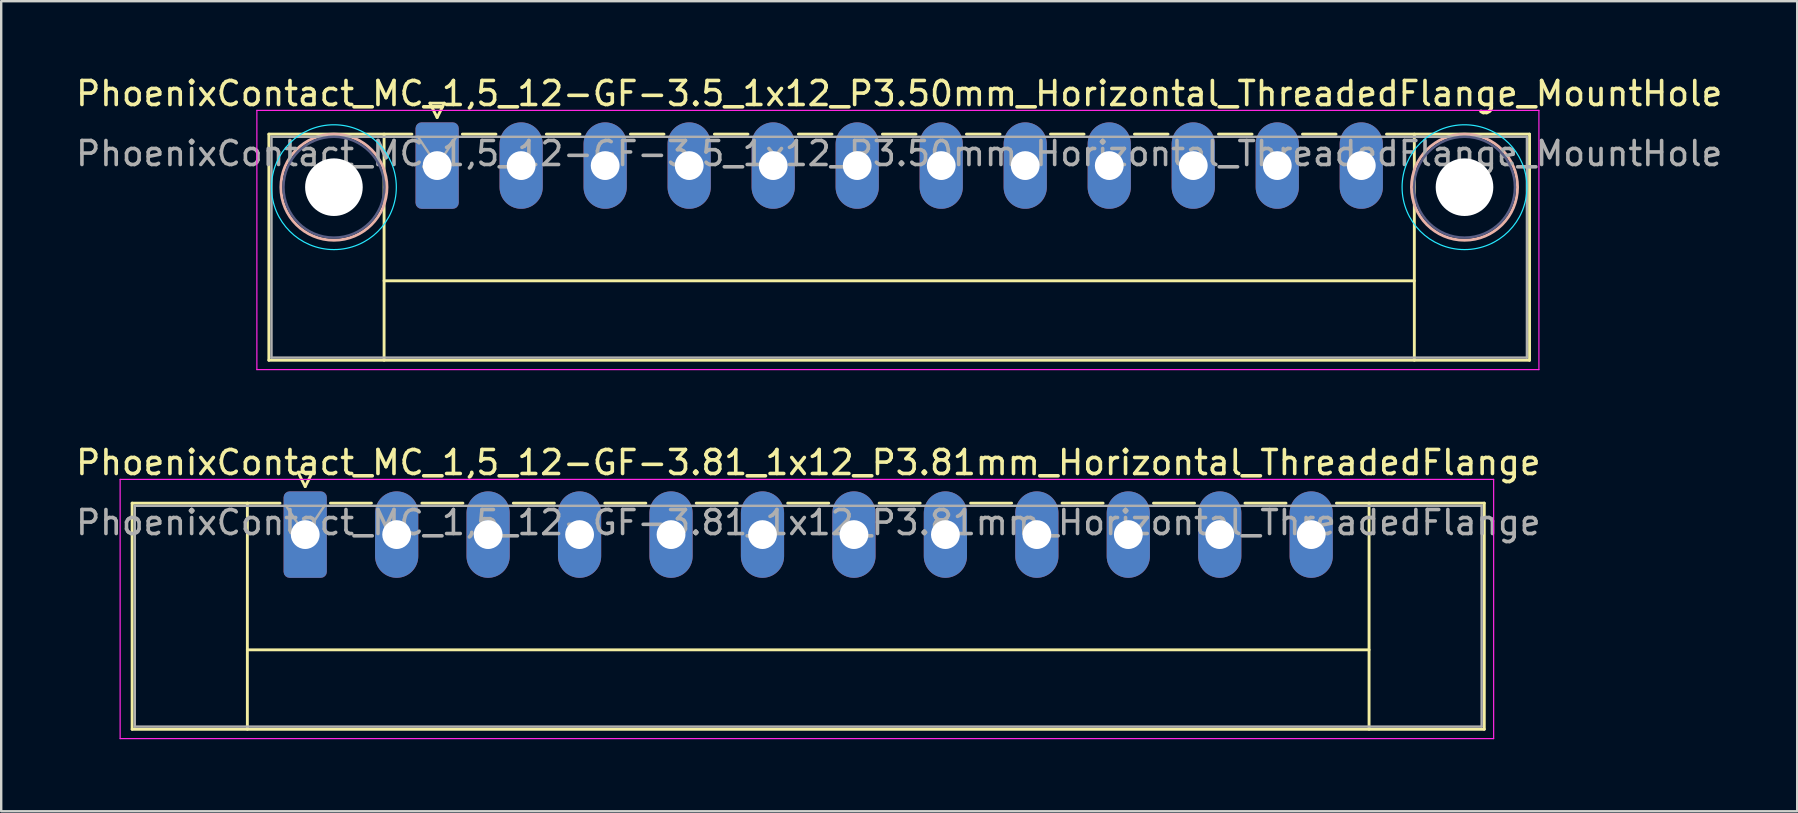
<source format=kicad_pcb>
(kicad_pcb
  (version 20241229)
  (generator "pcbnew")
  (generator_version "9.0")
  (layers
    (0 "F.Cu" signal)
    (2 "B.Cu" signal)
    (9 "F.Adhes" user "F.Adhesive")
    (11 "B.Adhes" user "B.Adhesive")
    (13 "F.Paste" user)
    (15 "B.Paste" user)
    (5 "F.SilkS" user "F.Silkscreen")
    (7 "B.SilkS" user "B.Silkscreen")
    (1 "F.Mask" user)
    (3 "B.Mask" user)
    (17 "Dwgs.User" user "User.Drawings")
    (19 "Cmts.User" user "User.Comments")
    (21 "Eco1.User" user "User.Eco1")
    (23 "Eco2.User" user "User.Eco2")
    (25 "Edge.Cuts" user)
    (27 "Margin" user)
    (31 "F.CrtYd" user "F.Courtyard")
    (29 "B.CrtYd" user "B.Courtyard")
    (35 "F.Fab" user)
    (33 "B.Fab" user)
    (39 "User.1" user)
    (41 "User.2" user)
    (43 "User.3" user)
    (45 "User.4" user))
  (footprint "PhoenixContact_MC_1,5_12-GF-3.81_1x12_P3.81mm_Horizontal_ThreadedFlange"
    (layer "F.Cu")
    (at 9.665 19.221)
    (property "Reference" "PhoenixContact_MC_1,5_12-GF-3.81_1x12_P3.81mm_Horizontal_ThreadedFlange" (at 20.96 -3 0) (layer "F.SilkS") (effects (font (size 1 1) (thickness 0.15))))
    (attr through_hole)
    (fp_line (start -7.21 -1.31) (end -7.21 8.11) (stroke (width 0.12) (type solid)) (layer "F.SilkS"))
    (fp_line (start -7.21 -1.31) (end -1.05 -1.31) (stroke (width 0.12) (type solid)) (layer "F.SilkS"))
    (fp_line (start -7.21 8.11) (end 49.12 8.11) (stroke (width 0.12) (type solid)) (layer "F.SilkS"))
    (fp_line (start -2.41 -1.31) (end -2.41 8.11) (stroke (width 0.12) (type solid)) (layer "F.SilkS"))
    (fp_line (start -2.41 4.8) (end 44.32 4.8) (stroke (width 0.12) (type solid)) (layer "F.SilkS"))
    (fp_line (start -0.3 -2.6) (end 0.3 -2.6) (stroke (width 0.12) (type solid)) (layer "F.SilkS"))
    (fp_line (start 0 -2) (end -0.3 -2.6) (stroke (width 0.12) (type solid)) (layer "F.SilkS"))
    (fp_line (start 0.3 -2.6) (end 0 -2) (stroke (width 0.12) (type solid)) (layer "F.SilkS"))
    (fp_line (start 1.05 -1.31) (end 2.76 -1.31) (stroke (width 0.12) (type solid)) (layer "F.SilkS"))
    (fp_line (start 4.86 -1.31) (end 6.57 -1.31) (stroke (width 0.12) (type solid)) (layer "F.SilkS"))
    (fp_line (start 8.67 -1.31) (end 10.38 -1.31) (stroke (width 0.12) (type solid)) (layer "F.SilkS"))
    (fp_line (start 12.48 -1.31) (end 14.19 -1.31) (stroke (width 0.12) (type solid)) (layer "F.SilkS"))
    (fp_line (start 16.29 -1.31) (end 18 -1.31) (stroke (width 0.12) (type solid)) (layer "F.SilkS"))
    (fp_line (start 20.1 -1.31) (end 21.81 -1.31) (stroke (width 0.12) (type solid)) (layer "F.SilkS"))
    (fp_line (start 23.91 -1.31) (end 25.62 -1.31) (stroke (width 0.12) (type solid)) (layer "F.SilkS"))
    (fp_line (start 27.72 -1.31) (end 29.43 -1.31) (stroke (width 0.12) (type solid)) (layer "F.SilkS"))
    (fp_line (start 31.53 -1.31) (end 33.24 -1.31) (stroke (width 0.12) (type solid)) (layer "F.SilkS"))
    (fp_line (start 35.34 -1.31) (end 37.05 -1.31) (stroke (width 0.12) (type solid)) (layer "F.SilkS"))
    (fp_line (start 39.15 -1.31) (end 40.86 -1.31) (stroke (width 0.12) (type solid)) (layer "F.SilkS"))
    (fp_line (start 44.32 -1.31) (end 44.32 8.11) (stroke (width 0.12) (type solid)) (layer "F.SilkS"))
    (fp_line (start 49.12 -1.31) (end 42.96 -1.31) (stroke (width 0.12) (type solid)) (layer "F.SilkS"))
    (fp_line (start 49.12 8.11) (end 49.12 -1.31) (stroke (width 0.12) (type solid)) (layer "F.SilkS"))
    (fp_line (start -7.71 -2.3) (end -7.71 8.5) (stroke (width 0.05) (type solid)) (layer "F.CrtYd"))
    (fp_line (start -7.71 8.5) (end 49.51 8.5) (stroke (width 0.05) (type solid)) (layer "F.CrtYd"))
    (fp_line (start 49.51 -2.3) (end -7.71 -2.3) (stroke (width 0.05) (type solid)) (layer "F.CrtYd"))
    (fp_line (start 49.51 8.5) (end 49.51 -2.3) (stroke (width 0.05) (type solid)) (layer "F.CrtYd"))
    (fp_line (start -7.1 -1.2) (end -7.1 8) (stroke (width 0.1) (type solid)) (layer "F.Fab"))
    (fp_line (start -7.1 8) (end 49.01 8) (stroke (width 0.1) (type solid)) (layer "F.Fab"))
    (fp_line (start 0 0) (end -0.8 -1.2) (stroke (width 0.1) (type solid)) (layer "F.Fab"))
    (fp_line (start 0.8 -1.2) (end 0 0) (stroke (width 0.1) (type solid)) (layer "F.Fab"))
    (fp_line (start 49.01 -1.2) (end -7.1 -1.2) (stroke (width 0.1) (type solid)) (layer "F.Fab"))
    (fp_line (start 49.01 8) (end 49.01 -1.2) (stroke (width 0.1) (type solid)) (layer "F.Fab"))
    (fp_text user "${REFERENCE}" (at 20.96 -0.5 0) (layer "F.Fab") (effects (font (size 1 1) (thickness 0.15))))
    (pad "1" thru_hole roundrect (at 0 0) (size 1.8 3.6) (drill 1.2) (layers "*.Cu" "*.Mask") (roundrect_rratio 0.139))
    (pad "2" thru_hole oval (at 3.81 0) (size 1.8 3.6) (drill 1.2) (layers "*.Cu" "*.Mask"))
    (pad "3" thru_hole oval (at 7.62 0) (size 1.8 3.6) (drill 1.2) (layers "*.Cu" "*.Mask"))
    (pad "4" thru_hole oval (at 11.43 0) (size 1.8 3.6) (drill 1.2) (layers "*.Cu" "*.Mask"))
    (pad "5" thru_hole oval (at 15.24 0) (size 1.8 3.6) (drill 1.2) (layers "*.Cu" "*.Mask"))
    (pad "6" thru_hole oval (at 19.05 0) (size 1.8 3.6) (drill 1.2) (layers "*.Cu" "*.Mask"))
    (pad "7" thru_hole oval (at 22.86 0) (size 1.8 3.6) (drill 1.2) (layers "*.Cu" "*.Mask"))
    (pad "8" thru_hole oval (at 26.67 0) (size 1.8 3.6) (drill 1.2) (layers "*.Cu" "*.Mask"))
    (pad "9" thru_hole oval (at 30.48 0) (size 1.8 3.6) (drill 1.2) (layers "*.Cu" "*.Mask"))
    (pad "10" thru_hole oval (at 34.29 0) (size 1.8 3.6) (drill 1.2) (layers "*.Cu" "*.Mask"))
    (pad "11" thru_hole oval (at 38.1 0) (size 1.8 3.6) (drill 1.2) (layers "*.Cu" "*.Mask"))
    (pad "12" thru_hole oval (at 41.91 0) (size 1.8 3.6) (drill 1.2) (layers "*.Cu" "*.Mask")))
  (footprint "PhoenixContact_MC_1,5_12-GF-3.5_1x12_P3.50mm_Horizontal_ThreadedFlange_MountHole"
    (layer "F.Cu")
    (at 15.161 3.848)
    (property "Reference" "PhoenixContact_MC_1,5_12-GF-3.5_1x12_P3.50mm_Horizontal_ThreadedFlange_MountHole" (at 19.25 -3 0) (layer "F.SilkS") (effects (font (size 1 1) (thickness 0.15))))
    (attr through_hole)
    (fp_line (start -7.01 -1.31) (end -7.01 8.11) (stroke (width 0.12) (type solid)) (layer "F.SilkS"))
    (fp_line (start -7.01 -1.31) (end -1.05 -1.31) (stroke (width 0.12) (type solid)) (layer "F.SilkS"))
    (fp_line (start -7.01 8.11) (end 45.51 8.11) (stroke (width 0.12) (type solid)) (layer "F.SilkS"))
    (fp_line (start -2.21 -1.31) (end -2.21 8.11) (stroke (width 0.12) (type solid)) (layer "F.SilkS"))
    (fp_line (start -2.21 4.8) (end 40.71 4.8) (stroke (width 0.12) (type solid)) (layer "F.SilkS"))
    (fp_line (start -0.3 -2.6) (end 0.3 -2.6) (stroke (width 0.12) (type solid)) (layer "F.SilkS"))
    (fp_line (start 0 -2) (end -0.3 -2.6) (stroke (width 0.12) (type solid)) (layer "F.SilkS"))
    (fp_line (start 0.3 -2.6) (end 0 -2) (stroke (width 0.12) (type solid)) (layer "F.SilkS"))
    (fp_line (start 1.05 -1.31) (end 2.45 -1.31) (stroke (width 0.12) (type solid)) (layer "F.SilkS"))
    (fp_line (start 4.55 -1.31) (end 5.95 -1.31) (stroke (width 0.12) (type solid)) (layer "F.SilkS"))
    (fp_line (start 8.05 -1.31) (end 9.45 -1.31) (stroke (width 0.12) (type solid)) (layer "F.SilkS"))
    (fp_line (start 11.55 -1.31) (end 12.95 -1.31) (stroke (width 0.12) (type solid)) (layer "F.SilkS"))
    (fp_line (start 15.05 -1.31) (end 16.45 -1.31) (stroke (width 0.12) (type solid)) (layer "F.SilkS"))
    (fp_line (start 18.55 -1.31) (end 19.95 -1.31) (stroke (width 0.12) (type solid)) (layer "F.SilkS"))
    (fp_line (start 22.05 -1.31) (end 23.45 -1.31) (stroke (width 0.12) (type solid)) (layer "F.SilkS"))
    (fp_line (start 25.55 -1.31) (end 26.95 -1.31) (stroke (width 0.12) (type solid)) (layer "F.SilkS"))
    (fp_line (start 29.05 -1.31) (end 30.45 -1.31) (stroke (width 0.12) (type solid)) (layer "F.SilkS"))
    (fp_line (start 32.55 -1.31) (end 33.95 -1.31) (stroke (width 0.12) (type solid)) (layer "F.SilkS"))
    (fp_line (start 36.05 -1.31) (end 37.45 -1.31) (stroke (width 0.12) (type solid)) (layer "F.SilkS"))
    (fp_line (start 40.71 -1.31) (end 40.71 8.11) (stroke (width 0.12) (type solid)) (layer "F.SilkS"))
    (fp_line (start 45.51 -1.31) (end 39.55 -1.31) (stroke (width 0.12) (type solid)) (layer "F.SilkS"))
    (fp_line (start 45.51 8.11) (end 45.51 -1.31) (stroke (width 0.12) (type solid)) (layer "F.SilkS"))
    (fp_circle (center -4.3 0.9) (end -2.09 0.9) (stroke (width 0.12) (type solid)) (fill no) (layer "B.SilkS"))
    (fp_circle (center 42.8 0.9) (end 45.01 0.9) (stroke (width 0.12) (type solid)) (fill no) (layer "B.SilkS"))
    (fp_circle (center -4.3 0.9) (end -1.7 0.9) (stroke (width 0.05) (type solid)) (fill no) (layer "B.CrtYd"))
    (fp_circle (center 42.8 0.9) (end 45.4 0.9) (stroke (width 0.05) (type solid)) (fill no) (layer "B.CrtYd"))
    (fp_line (start -7.51 -2.3) (end -7.51 8.5) (stroke (width 0.05) (type solid)) (layer "F.CrtYd"))
    (fp_line (start -7.51 8.5) (end 45.9 8.5) (stroke (width 0.05) (type solid)) (layer "F.CrtYd"))
    (fp_line (start 45.9 -2.3) (end -7.51 -2.3) (stroke (width 0.05) (type solid)) (layer "F.CrtYd"))
    (fp_line (start 45.9 8.5) (end 45.9 -2.3) (stroke (width 0.05) (type solid)) (layer "F.CrtYd"))
    (fp_circle (center -4.3 0.9) (end -2.2 0.9) (stroke (width 0.1) (type solid)) (fill no) (layer "B.Fab"))
    (fp_circle (center 42.8 0.9) (end 44.9 0.9) (stroke (width 0.1) (type solid)) (fill no) (layer "B.Fab"))
    (fp_line (start -6.9 -1.2) (end -6.9 8) (stroke (width 0.1) (type solid)) (layer "F.Fab"))
    (fp_line (start -6.9 8) (end 45.4 8) (stroke (width 0.1) (type solid)) (layer "F.Fab"))
    (fp_line (start 0 0) (end -0.8 -1.2) (stroke (width 0.1) (type solid)) (layer "F.Fab"))
    (fp_line (start 0.8 -1.2) (end 0 0) (stroke (width 0.1) (type solid)) (layer "F.Fab"))
    (fp_line (start 45.4 -1.2) (end -6.9 -1.2) (stroke (width 0.1) (type solid)) (layer "F.Fab"))
    (fp_line (start 45.4 8) (end 45.4 -1.2) (stroke (width 0.1) (type solid)) (layer "F.Fab"))
    (fp_text user "${REFERENCE}" (at 19.25 -0.5 0) (layer "F.Fab") (effects (font (size 1 1) (thickness 0.15))))
    (pad "" np_thru_hole circle (at -4.3 0.9) (size 2.4 2.4) (drill 2.4) (layers "*.Cu" "*.Mask"))
    (pad "" np_thru_hole circle (at 42.8 0.9) (size 2.4 2.4) (drill 2.4) (layers "*.Cu" "*.Mask"))
    (pad "1" thru_hole roundrect (at 0 0) (size 1.8 3.6) (drill 1.2) (layers "*.Cu" "*.Mask") (roundrect_rratio 0.139))
    (pad "2" thru_hole oval (at 3.5 0) (size 1.8 3.6) (drill 1.2) (layers "*.Cu" "*.Mask"))
    (pad "3" thru_hole oval (at 7 0) (size 1.8 3.6) (drill 1.2) (layers "*.Cu" "*.Mask"))
    (pad "4" thru_hole oval (at 10.5 0) (size 1.8 3.6) (drill 1.2) (layers "*.Cu" "*.Mask"))
    (pad "5" thru_hole oval (at 14 0) (size 1.8 3.6) (drill 1.2) (layers "*.Cu" "*.Mask"))
    (pad "6" thru_hole oval (at 17.5 0) (size 1.8 3.6) (drill 1.2) (layers "*.Cu" "*.Mask"))
    (pad "7" thru_hole oval (at 21 0) (size 1.8 3.6) (drill 1.2) (layers "*.Cu" "*.Mask"))
    (pad "8" thru_hole oval (at 24.5 0) (size 1.8 3.6) (drill 1.2) (layers "*.Cu" "*.Mask"))
    (pad "9" thru_hole oval (at 28 0) (size 1.8 3.6) (drill 1.2) (layers "*.Cu" "*.Mask"))
    (pad "10" thru_hole oval (at 31.5 0) (size 1.8 3.6) (drill 1.2) (layers "*.Cu" "*.Mask"))
    (pad "11" thru_hole oval (at 35 0) (size 1.8 3.6) (drill 1.2) (layers "*.Cu" "*.Mask"))
    (pad "12" thru_hole oval (at 38.5 0) (size 1.8 3.6) (drill 1.2) (layers "*.Cu" "*.Mask")))
  (gr_rect
    (start -3 -3)
    (end 71.821 30.747)
    (stroke (width 0.1) (type default))
    (fill no)
    (layer "Edge.Cuts")))
</source>
